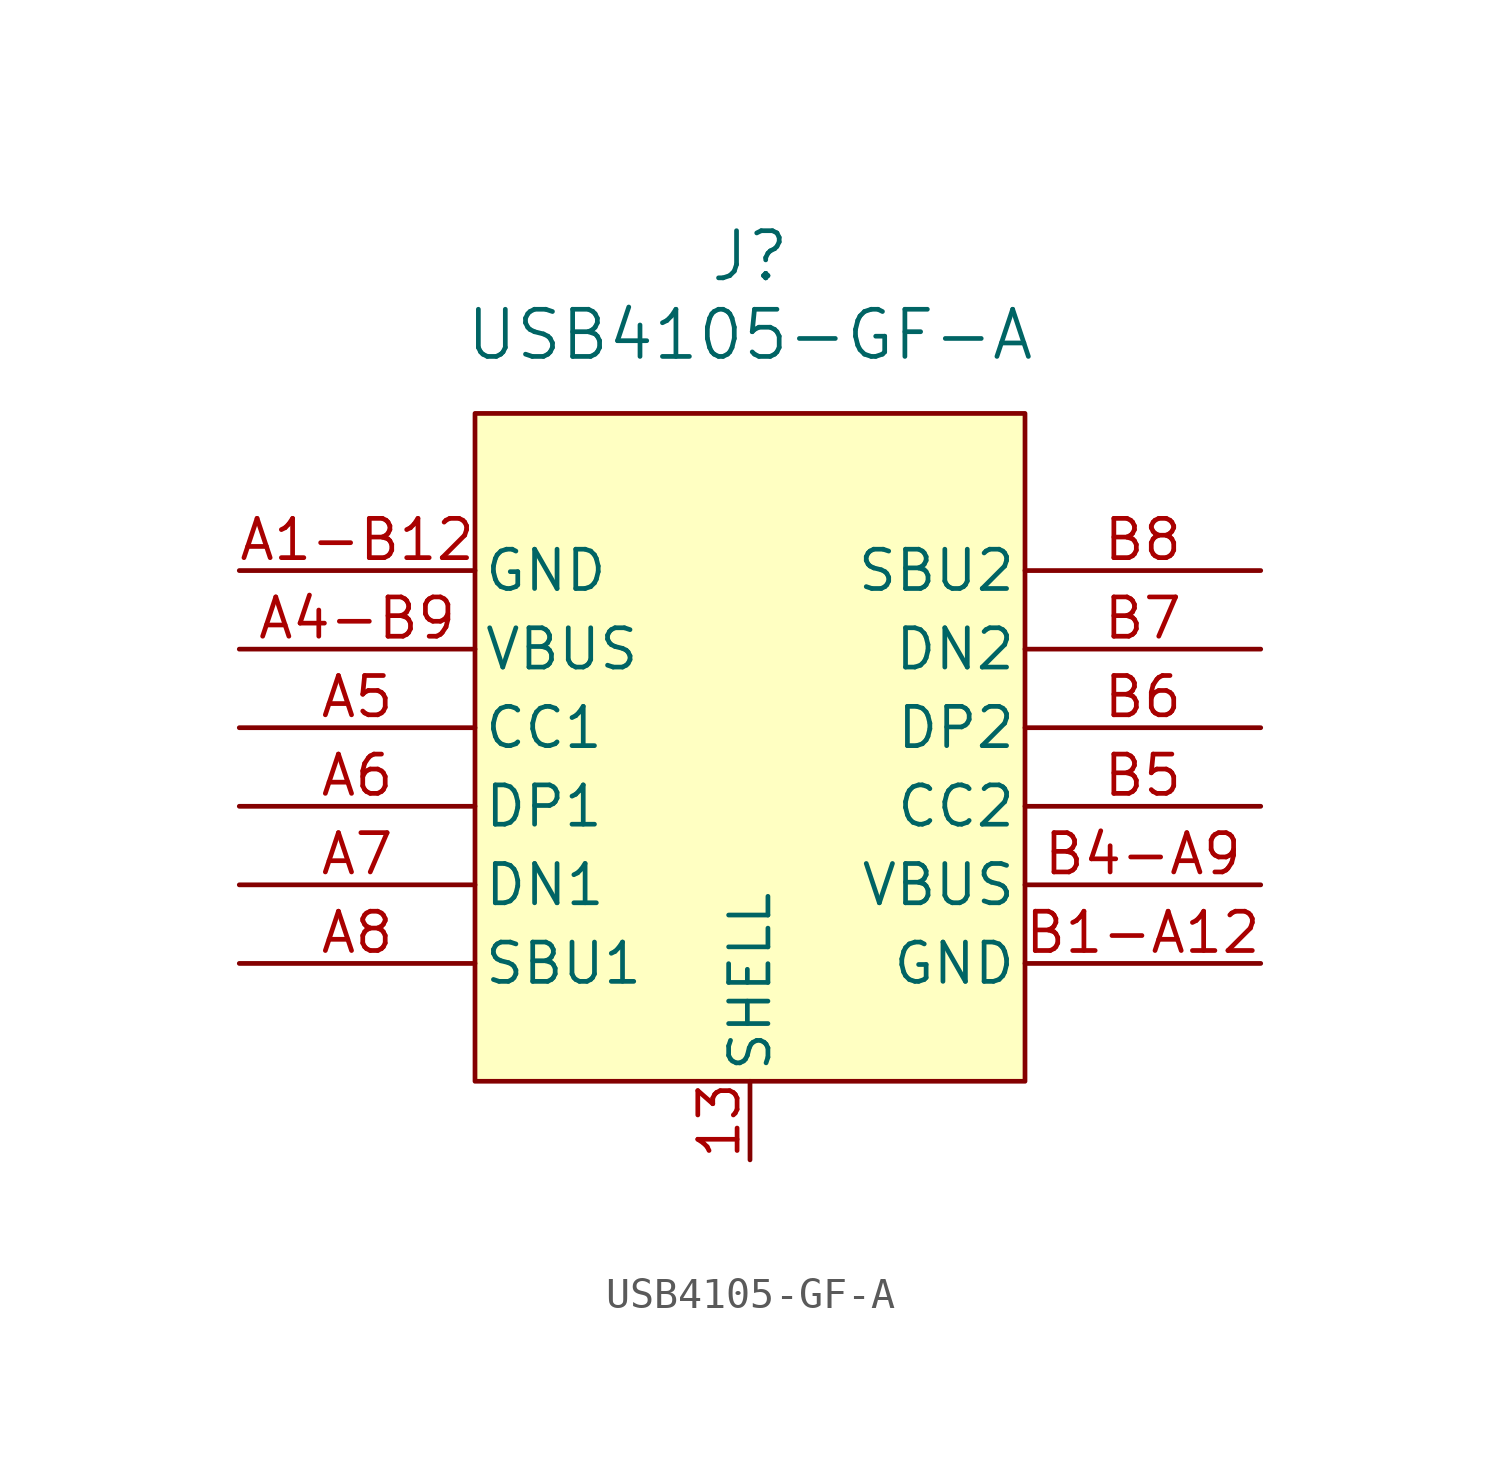
<source format=kicad_sym>
(kicad_symbol_lib
  (version 20211014)
  (generator kicad_symbol_editor)
  (symbol "USB4105-GF-A"
    (pin_names
      (offset 0.254))
    (property "Reference" "J"
      (at 20.32 10.16 0)
      (effects (font (size 1.524 1.524))))
    (property "Value" "USB4105-GF-A"
      (at 20.32 7.62 0)
      (effects (font (size 1.524 1.524))))
    (property "Datasheet" ""
      (at 3.81 0 0)
      (effects (font (size 1.524 1.524))))
    (property "ki_locked" ""
      (at 0 0 0)
      (effects (font (size 1.27 1.27))))
    (symbol "USB4105-GF-A_0_0"
      (rectangle (start 11.43 5.08) (end 29.21 -16.51) (stroke (width 0.152) (type default) (color 0 0 0 0)) (fill (type background))))
    (symbol "USB4105-GF-A_1_1"
      (pin power_in line (at 20.32 -19.05 90) (length 2.54) (name "SHELL" (effects (font (size 1.27 1.27)))) (number "13" (effects (font (size 1.27 1.27)))))
      (pin power_in line (at 3.81 0 0) (length 7.62) (name "GND" (effects (font (size 1.27 1.27)))) (number "A1-B12" (effects (font (size 1.27 1.27)))))
      (pin power_in line (at 3.81 -2.54 0) (length 7.62) (name "VBUS" (effects (font (size 1.27 1.27)))) (number "A4-B9" (effects (font (size 1.27 1.27)))))
      (pin bidirectional line (at 3.81 -5.08 0) (length 7.62) (name "CC1" (effects (font (size 1.27 1.27)))) (number "A5" (effects (font (size 1.27 1.27)))))
      (pin bidirectional line (at 3.81 -7.62 0) (length 7.62) (name "DP1" (effects (font (size 1.27 1.27)))) (number "A6" (effects (font (size 1.27 1.27)))))
      (pin bidirectional line (at 3.81 -10.16 0) (length 7.62) (name "DN1" (effects (font (size 1.27 1.27)))) (number "A7" (effects (font (size 1.27 1.27)))))
      (pin bidirectional line (at 3.81 -12.7 0) (length 7.62) (name "SBU1" (effects (font (size 1.27 1.27)))) (number "A8" (effects (font (size 1.27 1.27)))))
      (pin power_in line (at 36.83 -12.7 180) (length 7.62) (name "GND" (effects (font (size 1.27 1.27)))) (number "B1-A12" (effects (font (size 1.27 1.27)))))
      (pin power_in line (at 36.83 -10.16 180) (length 7.62) (name "VBUS" (effects (font (size 1.27 1.27)))) (number "B4-A9" (effects (font (size 1.27 1.27)))))
      (pin bidirectional line (at 36.83 -7.62 180) (length 7.62) (name "CC2" (effects (font (size 1.27 1.27)))) (number "B5" (effects (font (size 1.27 1.27)))))
      (pin bidirectional line (at 36.83 -5.08 180) (length 7.62) (name "DP2" (effects (font (size 1.27 1.27)))) (number "B6" (effects (font (size 1.27 1.27)))))
      (pin bidirectional line (at 36.83 -2.54 180) (length 7.62) (name "DN2" (effects (font (size 1.27 1.27)))) (number "B7" (effects (font (size 1.27 1.27)))))
      (pin bidirectional line (at 36.83 0 180) (length 7.62) (name "SBU2" (effects (font (size 1.27 1.27)))) (number "B8" (effects (font (size 1.27 1.27))))))))
</source>
